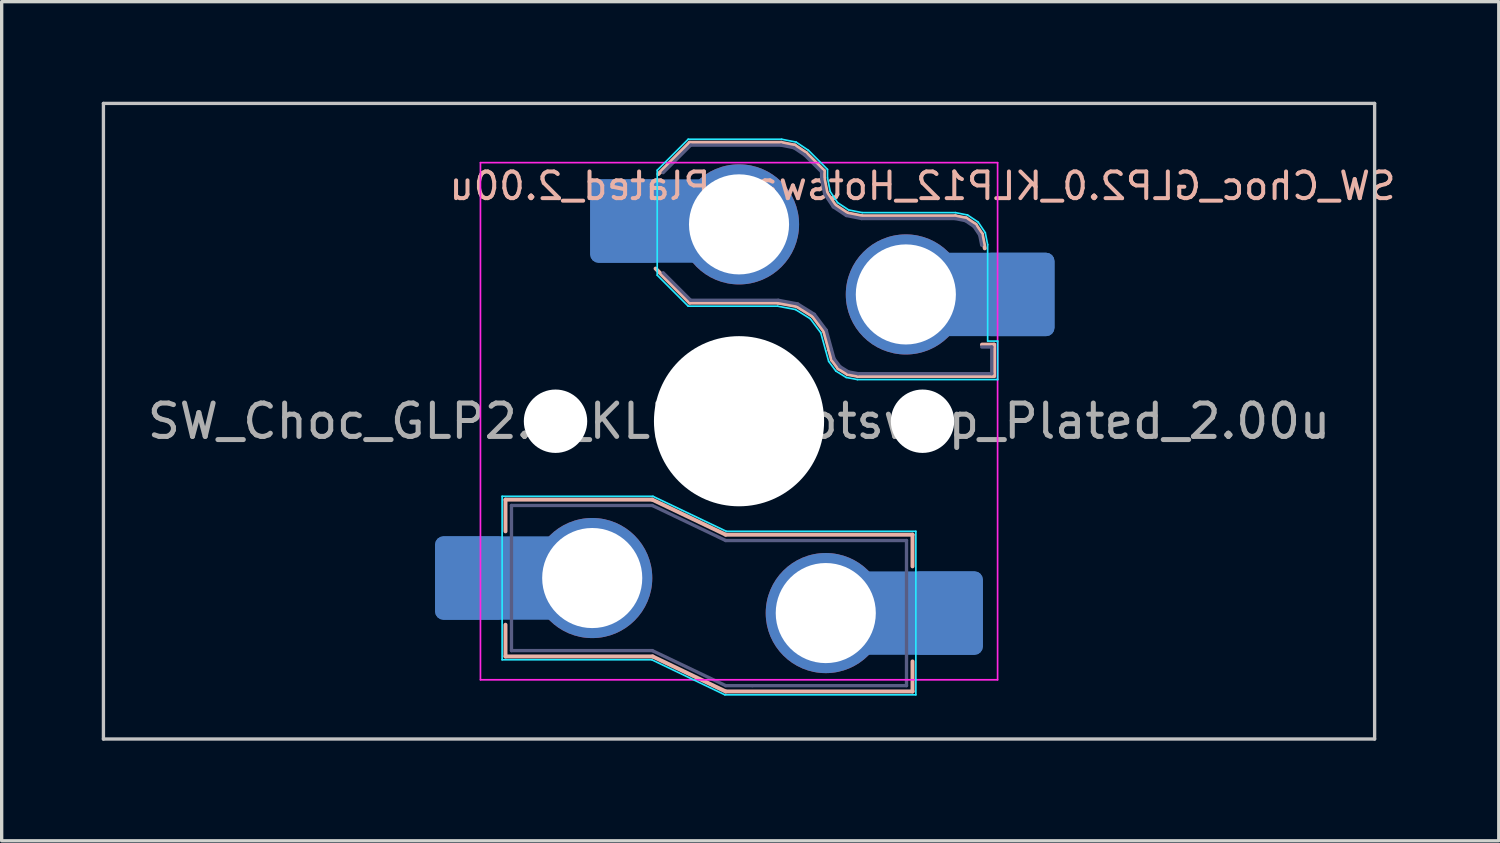
<source format=kicad_pcb>
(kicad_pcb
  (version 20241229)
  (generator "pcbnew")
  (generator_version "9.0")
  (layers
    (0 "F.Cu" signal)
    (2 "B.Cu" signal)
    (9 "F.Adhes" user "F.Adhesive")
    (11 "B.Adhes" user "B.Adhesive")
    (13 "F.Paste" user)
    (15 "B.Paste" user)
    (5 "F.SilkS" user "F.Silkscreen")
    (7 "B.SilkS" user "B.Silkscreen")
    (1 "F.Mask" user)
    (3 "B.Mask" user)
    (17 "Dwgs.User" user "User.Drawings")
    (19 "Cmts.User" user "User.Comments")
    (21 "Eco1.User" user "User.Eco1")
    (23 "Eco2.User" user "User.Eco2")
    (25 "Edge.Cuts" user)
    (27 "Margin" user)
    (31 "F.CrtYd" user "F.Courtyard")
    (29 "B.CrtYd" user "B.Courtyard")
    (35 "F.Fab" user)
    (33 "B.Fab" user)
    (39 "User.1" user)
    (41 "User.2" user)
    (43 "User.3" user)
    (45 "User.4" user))
  (footprint "SW_Choc_GLP2.0_KLP12_Hotswap_Plated_2.00u"
    (layer "F.Cu")
    (at 19.1 9.575)
    (property "Reference" "SW_Choc_GLP2.0_KLP12_Hotswap_Plated_2.00u" (at 5.5 -7.05 0) (layer "B.SilkS") (effects (font (size 0.8 0.8) (thickness 0.12)) (justify mirror)))
    (attr smd)
    (fp_line (start -7 2.35) (end -7 3.3) (stroke (width 0.12) (type solid)) (layer "B.SilkS"))
    (fp_line (start -7 2.35) (end -2.6 2.35) (stroke (width 0.12) (type solid)) (layer "B.SilkS"))
    (fp_line (start -7 7.05) (end -7 6.1) (stroke (width 0.12) (type solid)) (layer "B.SilkS"))
    (fp_line (start -7 7.05) (end -2.59 7.05) (stroke (width 0.12) (type solid)) (layer "B.SilkS"))
    (fp_line (start -2.6 2.35) (end -0.4 3.4) (stroke (width 0.12) (type solid)) (layer "B.SilkS"))
    (fp_line (start -2.59 7.05) (end -0.4 8.1) (stroke (width 0.12) (type solid)) (layer "B.SilkS"))
    (fp_line (start -2.416 -7.409) (end -1.479 -8.346) (stroke (width 0.12) (type solid)) (layer "B.SilkS"))
    (fp_line (start -1.479 -8.346) (end 1.268 -8.346) (stroke (width 0.12) (type solid)) (layer "B.SilkS"))
    (fp_line (start -1.479 -3.554) (end -2.5 -4.575) (stroke (width 0.12) (type solid)) (layer "B.SilkS"))
    (fp_line (start 1.168 -3.554) (end -1.479 -3.554) (stroke (width 0.12) (type solid)) (layer "B.SilkS"))
    (fp_line (start 1.268 -8.346) (end 1.671 -8.266) (stroke (width 0.12) (type solid)) (layer "B.SilkS"))
    (fp_line (start 1.671 -8.266) (end 2.013 -8.037) (stroke (width 0.12) (type solid)) (layer "B.SilkS"))
    (fp_line (start 1.73 -3.449) (end 1.168 -3.554) (stroke (width 0.12) (type solid)) (layer "B.SilkS"))
    (fp_line (start 2.013 -8.037) (end 2.546 -7.504) (stroke (width 0.12) (type solid)) (layer "B.SilkS"))
    (fp_line (start 2.209 -3.15) (end 1.73 -3.449) (stroke (width 0.12) (type solid)) (layer "B.SilkS"))
    (fp_line (start 2.546 -7.504) (end 2.546 -7.282) (stroke (width 0.12) (type solid)) (layer "B.SilkS"))
    (fp_line (start 2.546 -7.282) (end 2.633 -6.844) (stroke (width 0.12) (type solid)) (layer "B.SilkS"))
    (fp_line (start 2.547 -2.697) (end 2.209 -3.15) (stroke (width 0.12) (type solid)) (layer "B.SilkS"))
    (fp_line (start 2.633 -6.844) (end 2.877 -6.477) (stroke (width 0.12) (type solid)) (layer "B.SilkS"))
    (fp_line (start 2.701 -2.139) (end 2.547 -2.697) (stroke (width 0.12) (type solid)) (layer "B.SilkS"))
    (fp_line (start 2.783 -1.841) (end 2.701 -2.139) (stroke (width 0.12) (type solid)) (layer "B.SilkS"))
    (fp_line (start 2.877 -6.477) (end 3.244 -6.233) (stroke (width 0.12) (type solid)) (layer "B.SilkS"))
    (fp_line (start 2.976 -1.583) (end 2.783 -1.841) (stroke (width 0.12) (type solid)) (layer "B.SilkS"))
    (fp_line (start 3.244 -6.233) (end 3.682 -6.146) (stroke (width 0.12) (type solid)) (layer "B.SilkS"))
    (fp_line (start 3.25 -1.413) (end 2.976 -1.583) (stroke (width 0.12) (type solid)) (layer "B.SilkS"))
    (fp_line (start 3.56 -1.354) (end 3.25 -1.413) (stroke (width 0.12) (type solid)) (layer "B.SilkS"))
    (fp_line (start 3.682 -6.146) (end 6.482 -6.146) (stroke (width 0.12) (type solid)) (layer "B.SilkS"))
    (fp_line (start 5.2 3.4) (end -0.4 3.4) (stroke (width 0.12) (type solid)) (layer "B.SilkS"))
    (fp_line (start 5.2 3.4) (end 5.2 4.35) (stroke (width 0.12) (type solid)) (layer "B.SilkS"))
    (fp_line (start 5.2 8.1) (end -0.4 8.1) (stroke (width 0.12) (type solid)) (layer "B.SilkS"))
    (fp_line (start 5.2 8.1) (end 5.2 7.2) (stroke (width 0.12) (type solid)) (layer "B.SilkS"))
    (fp_line (start 6.482 -6.146) (end 6.809 -6.081) (stroke (width 0.12) (type solid)) (layer "B.SilkS"))
    (fp_line (start 6.809 -6.081) (end 7.092 -5.892) (stroke (width 0.12) (type solid)) (layer "B.SilkS"))
    (fp_line (start 7.092 -5.892) (end 7.281 -5.609) (stroke (width 0.12) (type solid)) (layer "B.SilkS"))
    (fp_line (start 7.281 -5.609) (end 7.366 -5.182) (stroke (width 0.12) (type solid)) (layer "B.SilkS"))
    (fp_line (start 7.283 -2.296) (end 7.646 -2.296) (stroke (width 0.12) (type solid)) (layer "B.SilkS"))
    (fp_line (start 7.646 -2.296) (end 7.646 -1.354) (stroke (width 0.12) (type solid)) (layer "B.SilkS"))
    (fp_line (start 7.646 -1.354) (end 3.56 -1.354) (stroke (width 0.12) (type solid)) (layer "B.SilkS"))
    (fp_line (start -19.05 -9.525) (end -19.05 9.525) (stroke (width 0.1) (type default)) (layer "Dwgs.User"))
    (fp_line (start -19.05 -9.525) (end 19.05 -9.525) (stroke (width 0.1) (type solid)) (layer "Dwgs.User"))
    (fp_line (start -19.05 9.525) (end 19.05 9.525) (stroke (width 0.1) (type solid)) (layer "Dwgs.User"))
    (fp_line (start 19.05 -9.525) (end 19.05 9.525) (stroke (width 0.1) (type default)) (layer "Dwgs.User"))
    (fp_line (start -7.1 2.25) (end -7.1 7.15) (stroke (width 0.05) (type solid)) (layer "B.CrtYd"))
    (fp_line (start -7.1 2.25) (end -2.58 2.25) (stroke (width 0.05) (type solid)) (layer "B.CrtYd"))
    (fp_line (start -7.1 7.15) (end -2.615 7.15) (stroke (width 0.05) (type solid)) (layer "B.CrtYd"))
    (fp_line (start -2.615 7.15) (end -0.425 8.2) (stroke (width 0.05) (type solid)) (layer "B.CrtYd"))
    (fp_line (start -2.58 2.25) (end -0.38 3.3) (stroke (width 0.05) (type solid)) (layer "B.CrtYd"))
    (fp_line (start -2.452 -7.523) (end -1.523 -8.452) (stroke (width 0.05) (type solid)) (layer "B.CrtYd"))
    (fp_line (start -2.452 -4.377) (end -2.452 -7.523) (stroke (width 0.05) (type solid)) (layer "B.CrtYd"))
    (fp_line (start -1.523 -8.452) (end 1.278 -8.452) (stroke (width 0.05) (type solid)) (layer "B.CrtYd"))
    (fp_line (start -1.523 -3.448) (end -2.452 -4.377) (stroke (width 0.05) (type solid)) (layer "B.CrtYd"))
    (fp_line (start 1.159 -3.448) (end -1.523 -3.448) (stroke (width 0.05) (type solid)) (layer "B.CrtYd"))
    (fp_line (start 1.278 -8.452) (end 1.712 -8.366) (stroke (width 0.05) (type solid)) (layer "B.CrtYd"))
    (fp_line (start 1.691 -3.348) (end 1.159 -3.448) (stroke (width 0.05) (type solid)) (layer "B.CrtYd"))
    (fp_line (start 1.712 -8.366) (end 2.081 -8.119) (stroke (width 0.05) (type solid)) (layer "B.CrtYd"))
    (fp_line (start 2.081 -8.119) (end 2.652 -7.548) (stroke (width 0.05) (type solid)) (layer "B.CrtYd"))
    (fp_line (start 2.136 -3.071) (end 1.691 -3.348) (stroke (width 0.05) (type solid)) (layer "B.CrtYd"))
    (fp_line (start 2.45 -2.65) (end 2.136 -3.071) (stroke (width 0.05) (type solid)) (layer "B.CrtYd"))
    (fp_line (start 2.599 -2.111) (end 2.45 -2.65) (stroke (width 0.05) (type solid)) (layer "B.CrtYd"))
    (fp_line (start 2.652 -7.548) (end 2.652 -7.292) (stroke (width 0.05) (type solid)) (layer "B.CrtYd"))
    (fp_line (start 2.652 -7.292) (end 2.733 -6.885) (stroke (width 0.05) (type solid)) (layer "B.CrtYd"))
    (fp_line (start 2.687 -1.794) (end 2.599 -2.111) (stroke (width 0.05) (type solid)) (layer "B.CrtYd"))
    (fp_line (start 2.733 -6.885) (end 2.953 -6.553) (stroke (width 0.05) (type solid)) (layer "B.CrtYd"))
    (fp_line (start 2.903 -1.503) (end 2.687 -1.794) (stroke (width 0.05) (type solid)) (layer "B.CrtYd"))
    (fp_line (start 2.953 -6.553) (end 3.285 -6.333) (stroke (width 0.05) (type solid)) (layer "B.CrtYd"))
    (fp_line (start 3.211 -1.312) (end 2.903 -1.503) (stroke (width 0.05) (type solid)) (layer "B.CrtYd"))
    (fp_line (start 3.285 -6.333) (end 3.692 -6.252) (stroke (width 0.05) (type solid)) (layer "B.CrtYd"))
    (fp_line (start 3.55 -1.248) (end 3.211 -1.312) (stroke (width 0.05) (type solid)) (layer "B.CrtYd"))
    (fp_line (start 3.692 -6.252) (end 6.492 -6.252) (stroke (width 0.05) (type solid)) (layer "B.CrtYd"))
    (fp_line (start 5.3 3.3) (end -0.38 3.3) (stroke (width 0.05) (type solid)) (layer "B.CrtYd"))
    (fp_line (start 5.3 3.3) (end 5.3 8.2) (stroke (width 0.05) (type solid)) (layer "B.CrtYd"))
    (fp_line (start 5.3 8.2) (end -0.425 8.2) (stroke (width 0.05) (type solid)) (layer "B.CrtYd"))
    (fp_line (start 6.492 -6.252) (end 6.85 -6.181) (stroke (width 0.05) (type solid)) (layer "B.CrtYd"))
    (fp_line (start 6.85 -6.181) (end 7.168 -5.968) (stroke (width 0.05) (type solid)) (layer "B.CrtYd"))
    (fp_line (start 7.168 -5.968) (end 7.381 -5.65) (stroke (width 0.05) (type solid)) (layer "B.CrtYd"))
    (fp_line (start 7.381 -5.65) (end 7.452 -5.292) (stroke (width 0.05) (type solid)) (layer "B.CrtYd"))
    (fp_line (start 7.452 -5.292) (end 7.452 -2.402) (stroke (width 0.05) (type solid)) (layer "B.CrtYd"))
    (fp_line (start 7.452 -2.402) (end 7.752 -2.402) (stroke (width 0.05) (type solid)) (layer "B.CrtYd"))
    (fp_line (start 7.752 -2.402) (end 7.752 -1.248) (stroke (width 0.05) (type solid)) (layer "B.CrtYd"))
    (fp_line (start 7.752 -1.248) (end 3.55 -1.248) (stroke (width 0.05) (type solid)) (layer "B.CrtYd"))
    (fp_line (start -7.75 7.75) (end -7.75 -7.75) (stroke (width 0.05) (type solid)) (layer "F.CrtYd"))
    (fp_line (start 7.75 -7.75) (end -7.75 -7.75) (stroke (width 0.05) (type solid)) (layer "F.CrtYd"))
    (fp_line (start 7.75 -7.75) (end 7.75 7.75) (stroke (width 0.05) (type solid)) (layer "F.CrtYd"))
    (fp_line (start 7.75 7.75) (end -7.75 7.75) (stroke (width 0.05) (type solid)) (layer "F.CrtYd"))
    (fp_line (start -6.82 2.525) (end -6.82 6.875) (stroke (width 0.1) (type solid)) (layer "B.Fab"))
    (fp_line (start -6.82 2.525) (end -2.6 2.525) (stroke (width 0.1) (type solid)) (layer "B.Fab"))
    (fp_line (start -6.82 6.875) (end -2.6 6.875) (stroke (width 0.1) (type solid)) (layer "B.Fab"))
    (fp_line (start -2.6 2.525) (end -0.4 3.575) (stroke (width 0.1) (type solid)) (layer "B.Fab"))
    (fp_line (start -2.6 6.875) (end -0.4 7.925) (stroke (width 0.1) (type solid)) (layer "B.Fab"))
    (fp_line (start -2.275 -7.45) (end -1.45 -8.275) (stroke (width 0.1) (type solid)) (layer "B.Fab"))
    (fp_line (start -1.45 -8.275) (end 1.261 -8.275) (stroke (width 0.1) (type solid)) (layer "B.Fab"))
    (fp_line (start -1.45 -3.625) (end -2.275 -4.45) (stroke (width 0.1) (type solid)) (layer "B.Fab"))
    (fp_line (start 0.4 7.925) (end -0.4 7.925) (stroke (width 0.1) (type solid)) (layer "B.Fab"))
    (fp_line (start 1.175 -3.625) (end -1.45 -3.625) (stroke (width 0.1) (type solid)) (layer "B.Fab"))
    (fp_line (start 1.261 -8.275) (end 1.643 -8.199) (stroke (width 0.1) (type solid)) (layer "B.Fab"))
    (fp_line (start 1.643 -8.199) (end 1.968 -7.982) (stroke (width 0.1) (type solid)) (layer "B.Fab"))
    (fp_line (start 1.756 -3.516) (end 1.175 -3.625) (stroke (width 0.1) (type solid)) (layer "B.Fab"))
    (fp_line (start 1.968 -7.982) (end 2.475 -7.475) (stroke (width 0.1) (type solid)) (layer "B.Fab"))
    (fp_line (start 2.258 -3.203) (end 1.756 -3.516) (stroke (width 0.1) (type solid)) (layer "B.Fab"))
    (fp_line (start 2.475 -7.475) (end 2.475 -7.275) (stroke (width 0.1) (type solid)) (layer "B.Fab"))
    (fp_line (start 2.475 -7.275) (end 2.566 -6.816) (stroke (width 0.1) (type solid)) (layer "B.Fab"))
    (fp_line (start 2.566 -6.816) (end 2.826 -6.426) (stroke (width 0.1) (type solid)) (layer "B.Fab"))
    (fp_line (start 2.612 -2.729) (end 2.258 -3.203) (stroke (width 0.1) (type solid)) (layer "B.Fab"))
    (fp_line (start 2.769 -2.158) (end 2.612 -2.729) (stroke (width 0.1) (type solid)) (layer "B.Fab"))
    (fp_line (start 2.826 -6.426) (end 3.216 -6.166) (stroke (width 0.1) (type solid)) (layer "B.Fab"))
    (fp_line (start 2.848 -1.873) (end 2.769 -2.158) (stroke (width 0.1) (type solid)) (layer "B.Fab"))
    (fp_line (start 3.025 -1.636) (end 2.848 -1.873) (stroke (width 0.1) (type solid)) (layer "B.Fab"))
    (fp_line (start 3.216 -6.166) (end 3.675 -6.075) (stroke (width 0.1) (type solid)) (layer "B.Fab"))
    (fp_line (start 3.276 -1.48) (end 3.025 -1.636) (stroke (width 0.1) (type solid)) (layer "B.Fab"))
    (fp_line (start 3.567 -1.425) (end 3.276 -1.48) (stroke (width 0.1) (type solid)) (layer "B.Fab"))
    (fp_line (start 3.675 -6.075) (end 6.475 -6.075) (stroke (width 0.1) (type solid)) (layer "B.Fab"))
    (fp_line (start 5.02 3.575) (end -0.4 3.575) (stroke (width 0.1) (type solid)) (layer "B.Fab"))
    (fp_line (start 5.02 3.575) (end 5.02 7.925) (stroke (width 0.1) (type solid)) (layer "B.Fab"))
    (fp_line (start 5.02 7.925) (end 0.4 7.925) (stroke (width 0.1) (type solid)) (layer "B.Fab"))
    (fp_line (start 6.475 -6.075) (end 6.781 -6.014) (stroke (width 0.1) (type solid)) (layer "B.Fab"))
    (fp_line (start 6.781 -6.014) (end 7.041 -5.841) (stroke (width 0.1) (type solid)) (layer "B.Fab"))
    (fp_line (start 7.041 -5.841) (end 7.214 -5.581) (stroke (width 0.1) (type solid)) (layer "B.Fab"))
    (fp_line (start 7.214 -5.581) (end 7.275 -5.275) (stroke (width 0.1) (type solid)) (layer "B.Fab"))
    (fp_line (start 7.275 -2.225) (end 7.575 -2.225) (stroke (width 0.1) (type solid)) (layer "B.Fab"))
    (fp_line (start 7.575 -2.225) (end 7.575 -1.425) (stroke (width 0.1) (type solid)) (layer "B.Fab"))
    (fp_line (start 7.575 -1.425) (end 3.567 -1.425) (stroke (width 0.1) (type solid)) (layer "B.Fab"))
    (fp_rect (start -7.05 -7.05) (end 7.05 7.05) (stroke (width 0.12) (type default)) (fill no) (layer "User.1"))
    (fp_text user "${REFERENCE}" (at 0 0 0) (layer "F.Fab") (effects (font (size 1 1) (thickness 0.15))))
    (pad "" np_thru_hole circle (at -5.5 0) (size 1.9 1.9) (drill 1.9) (layers "*.Cu" "*.Mask"))
    (pad "" np_thru_hole circle (at 0 0) (size 5.1 5.1) (drill 5.1) (layers "*.Cu" "*.Mask"))
    (pad "" np_thru_hole circle (at 5.5 0) (size 1.9 1.9) (drill 1.9) (layers "*.Cu" "*.Mask"))
    (pad "1" thru_hole circle (at 2.6 5.75) (size 3.6 3.6) (drill 3) (layers "*.Cu" "*.Mask"))
    (pad "1" thru_hole circle (at 5 -3.8) (size 3.6 3.6) (drill 3) (layers "*.Cu" "*.Mask"))
    (pad "1" smd roundrect (at 5.383 5.75) (size 3.85 2.5) (layers "B.Cu") (roundrect_rratio 0.1))
    (pad "1" smd roundrect (at 6.229 5.75) (size 2.159 2.5) (layers "B.Cu" "B.Mask" "B.Paste") (roundrect_rratio 0.116))
    (pad "1" smd roundrect (at 7.53 -3.8) (size 3.85 2.5) (layers "B.Cu") (roundrect_rratio 0.1))
    (pad "1" smd roundrect (at 8.376 -3.8) (size 2.159 2.5) (layers "B.Cu" "B.Mask" "B.Paste") (roundrect_rratio 0.116))
    (pad "2" smd roundrect (at -8.03 4.7) (size 2.159 2.5) (layers "B.Cu" "B.Mask" "B.Paste") (roundrect_rratio 0.116))
    (pad "2" smd roundrect (at -7.185 4.699) (size 3.85 2.5) (layers "B.Cu") (roundrect_rratio 0.1))
    (pad "2" thru_hole circle (at -4.4 4.7) (size 3.6 3.6) (drill 3) (layers "*.Cu" "*.Mask"))
    (pad "2" smd roundrect (at -3.381 -6) (size 2.159 2.5) (layers "B.Cu" "B.Mask" "B.Paste") (roundrect_rratio 0.116))
    (pad "2" smd roundrect (at -2.535 -6) (size 3.85 2.5) (layers "B.Cu") (roundrect_rratio 0.1))
    (pad "2" thru_hole circle (at 0 -5.9) (size 3.6 3.6) (drill 3) (layers "*.Cu" "*.Mask")))
  (gr_rect
    (start -3 -3)
    (end 41.871 22.15)
    (stroke (width 0.1) (type default))
    (fill no)
    (layer "Edge.Cuts")))
</source>
